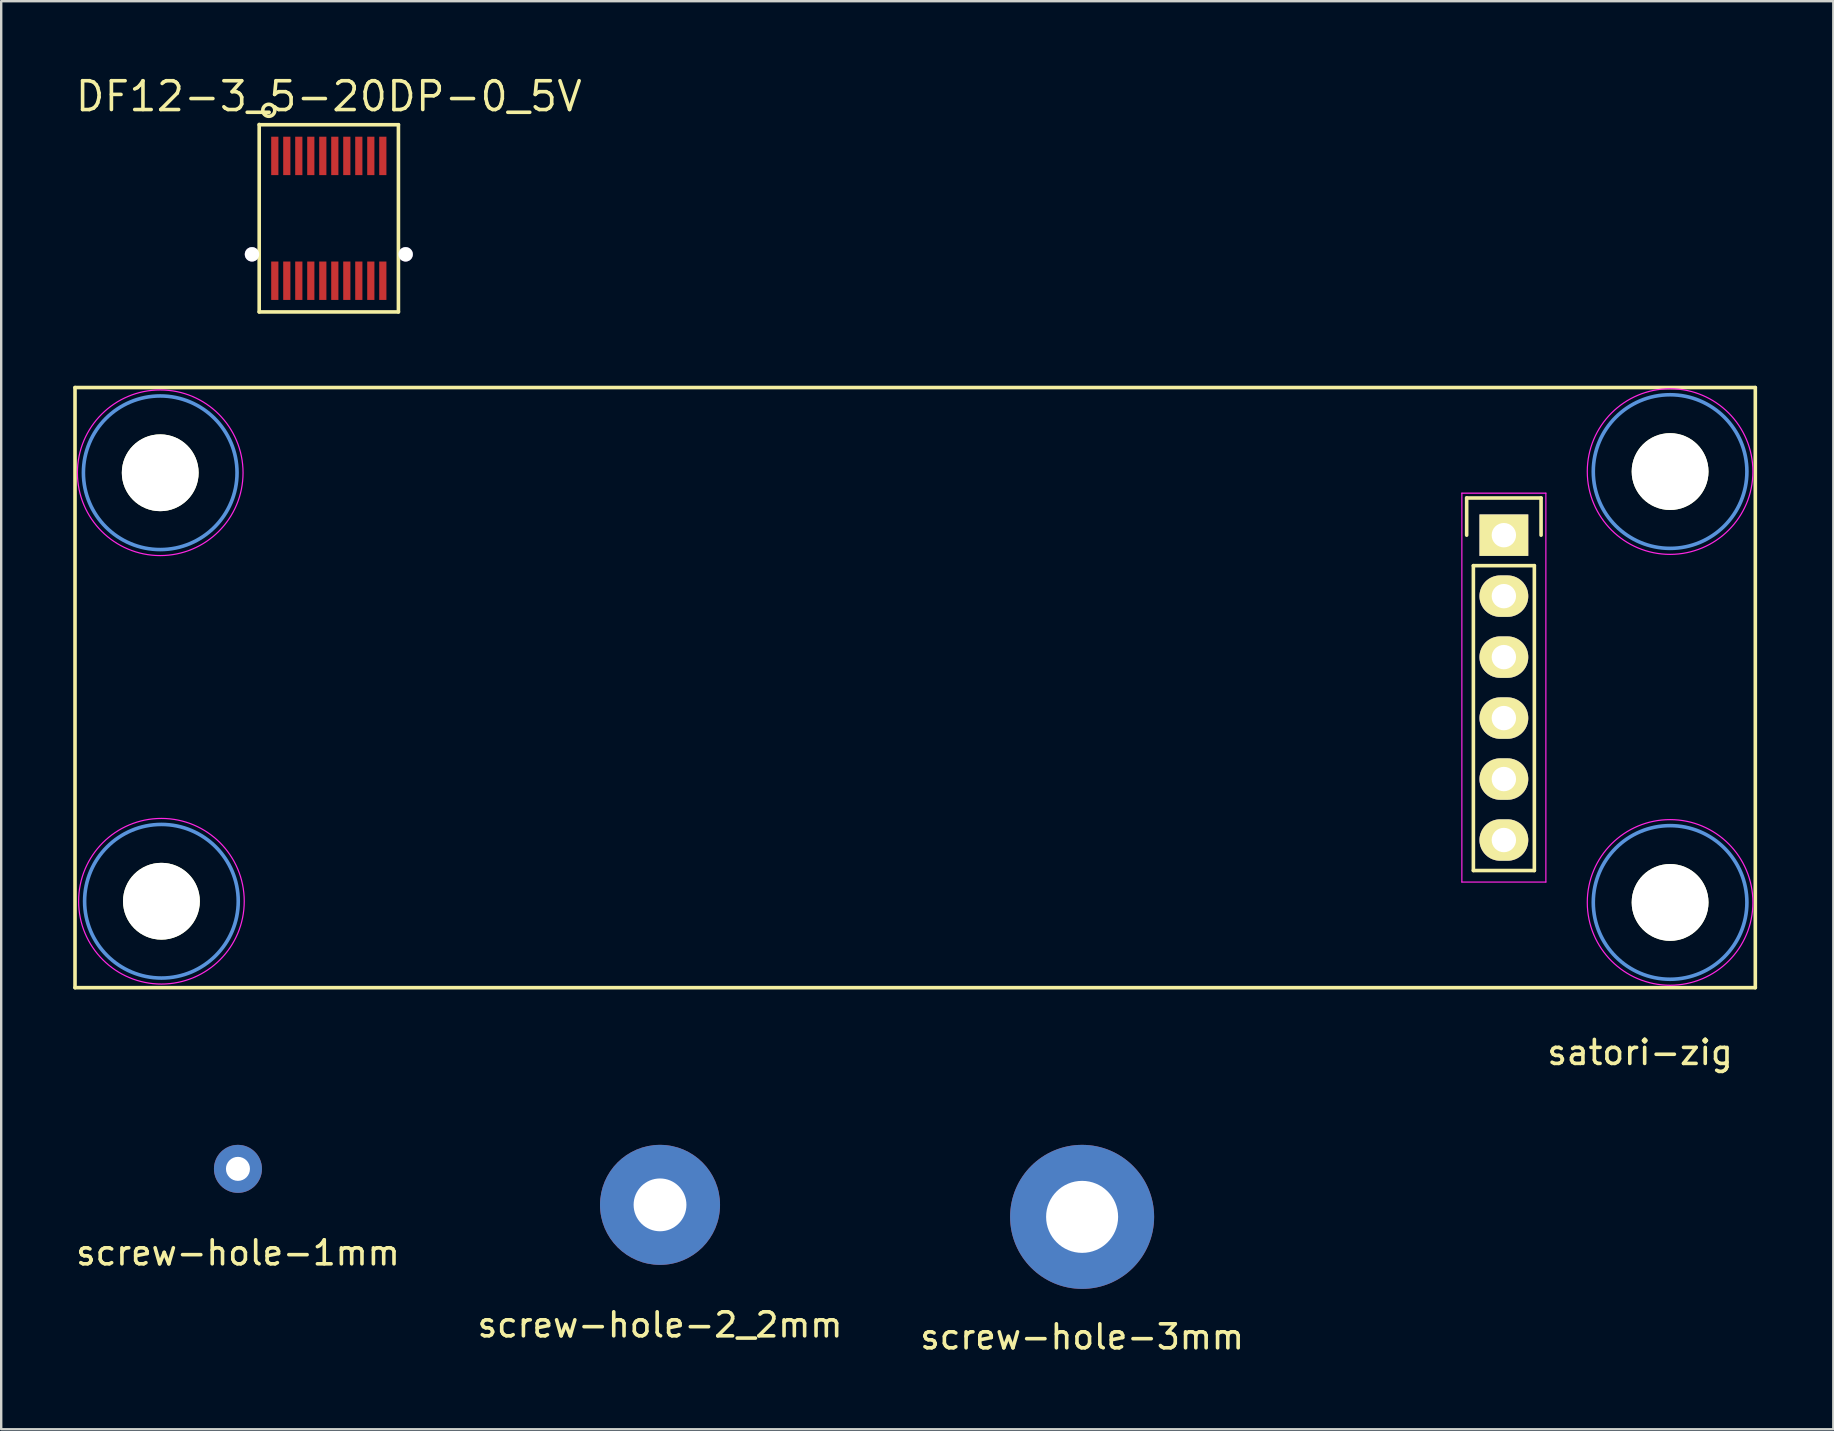
<source format=kicad_pcb>
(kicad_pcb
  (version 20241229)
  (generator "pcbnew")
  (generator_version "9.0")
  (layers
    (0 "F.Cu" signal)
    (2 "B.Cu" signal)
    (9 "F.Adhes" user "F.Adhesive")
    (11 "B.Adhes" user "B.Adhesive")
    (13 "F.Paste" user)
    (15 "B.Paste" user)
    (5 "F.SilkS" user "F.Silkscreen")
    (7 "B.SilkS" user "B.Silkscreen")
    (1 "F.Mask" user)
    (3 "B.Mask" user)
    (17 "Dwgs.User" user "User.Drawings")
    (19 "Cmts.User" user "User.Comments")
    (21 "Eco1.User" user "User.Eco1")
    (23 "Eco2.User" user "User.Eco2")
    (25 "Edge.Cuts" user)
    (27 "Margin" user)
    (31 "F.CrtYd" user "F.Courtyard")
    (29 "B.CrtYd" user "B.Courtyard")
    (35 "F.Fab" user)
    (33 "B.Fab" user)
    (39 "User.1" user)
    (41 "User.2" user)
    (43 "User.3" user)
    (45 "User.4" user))
  (footprint "screw-hole-3mm"
    (layer "F.Cu")
    (at 42.03 52.144)
    (property "Reference" "screw-hole-3mm" (at 0 0.5 0) (layer "F.SilkS") (effects (font (size 1 1) (thickness 0.15))))
    (attr through_hole)
    (pad "3" thru_hole circle (at 0 -4.5) (size 6 6) (drill 3) (layers "*.Cu" "*.Mask")))
  (footprint "screw-hole-1mm"
    (layer "F.Cu")
    (at 6.863 48.644)
    (property "Reference" "screw-hole-1mm" (at 0 0.5 0) (layer "F.SilkS") (effects (font (size 1 1) (thickness 0.15))))
    (attr through_hole)
    (pad "1" thru_hole circle (at 0 -3) (size 2 2) (drill 1) (layers "*.Cu" "*.Mask")))
  (footprint "DF12-3_5-20DP-0_5V"
    (layer "F.Cu")
    (at 10.648 6.045)
    (property "Reference" "DF12-3_5-20DP-0_5V" (at 0 -5.08 180) (layer "F.SilkS") (effects (font (size 1.2 1.2) (thickness 0.15))))
    (attr through_hole)
    (fp_line (start -2.9 -3.91) (end -2.9 3.9) (stroke (width 0.15) (type solid)) (layer "F.SilkS"))
    (fp_line (start -2.9 3.9) (end 2.9 3.9) (stroke (width 0.15) (type solid)) (layer "F.SilkS"))
    (fp_line (start 2.9 -3.9) (end -2.9 -3.9) (stroke (width 0.15) (type solid)) (layer "F.SilkS"))
    (fp_line (start 2.9 3.9) (end 2.9 -3.9) (stroke (width 0.15) (type solid)) (layer "F.SilkS"))
    (fp_circle (center -2.5 -4.5) (end -2.25 -4.5) (stroke (width 0.15) (type solid)) (fill no) (layer "F.SilkS"))
    (pad "1" smd rect (at -2.25 -2.6) (size 0.3 1.6) (layers "F.Cu" "F.Mask" "F.Paste"))
    (pad "2" smd rect (at -2.25 2.6) (size 0.3 1.6) (layers "F.Cu" "F.Mask" "F.Paste"))
    (pad "3" smd rect (at -1.75 -2.6) (size 0.3 1.6) (layers "F.Cu" "F.Mask" "F.Paste"))
    (pad "4" smd rect (at -1.75 2.6) (size 0.3 1.6) (layers "F.Cu" "F.Mask" "F.Paste"))
    (pad "5" smd rect (at -1.25 -2.6) (size 0.3 1.6) (layers "F.Cu" "F.Mask" "F.Paste"))
    (pad "6" smd rect (at -1.25 2.6) (size 0.3 1.6) (layers "F.Cu" "F.Mask" "F.Paste"))
    (pad "7" smd rect (at -0.75 -2.6) (size 0.3 1.6) (layers "F.Cu" "F.Mask" "F.Paste"))
    (pad "8" smd rect (at -0.75 2.6) (size 0.3 1.6) (layers "F.Cu" "F.Mask" "F.Paste"))
    (pad "9" smd rect (at -0.25 -2.6) (size 0.3 1.6) (layers "F.Cu" "F.Mask" "F.Paste"))
    (pad "10" smd rect (at -0.25 2.6) (size 0.3 1.6) (layers "F.Cu" "F.Mask" "F.Paste"))
    (pad "11" smd rect (at 0.25 -2.6) (size 0.3 1.6) (layers "F.Cu" "F.Mask" "F.Paste"))
    (pad "12" smd rect (at 0.25 2.6) (size 0.3 1.6) (layers "F.Cu" "F.Mask" "F.Paste"))
    (pad "13" smd rect (at 0.75 -2.6) (size 0.3 1.6) (layers "F.Cu" "F.Mask" "F.Paste"))
    (pad "14" smd rect (at 0.75 2.6) (size 0.3 1.6) (layers "F.Cu" "F.Mask" "F.Paste"))
    (pad "15" smd rect (at 1.25 -2.6) (size 0.3 1.6) (layers "F.Cu" "F.Mask" "F.Paste"))
    (pad "16" smd rect (at 1.25 2.6) (size 0.3 1.6) (layers "F.Cu" "F.Mask" "F.Paste"))
    (pad "17" smd rect (at 1.75 -2.6) (size 0.3 1.6) (layers "F.Cu" "F.Mask" "F.Paste"))
    (pad "18" smd rect (at 1.75 2.6) (size 0.3 1.6) (layers "F.Cu" "F.Mask" "F.Paste"))
    (pad "19" smd rect (at 2.25 -2.6) (size 0.3 1.6) (layers "F.Cu" "F.Mask" "F.Paste"))
    (pad "20" smd rect (at 2.25 2.6) (size 0.3 1.6) (layers "F.Cu" "F.Mask" "F.Paste"))
    (pad "21" thru_hole circle (at -3.2 1.5) (size 0.6 0.6) (drill 0.6) (layers "*.Cu" "*.Mask"))
    (pad "22" thru_hole circle (at 3.2 1.5) (size 0.6 0.6) (drill 0.6) (layers "*.Cu" "*.Mask")))
  (footprint "screw-hole-2_2mm"
    (layer "F.Cu")
    (at 24.446 51.644)
    (property "Reference" "screw-hole-2_2mm" (at 0 0.5 0) (layer "F.SilkS") (effects (font (size 1 1) (thickness 0.15))))
    (attr through_hole)
    (pad "2" thru_hole circle (at 0 -4.5) (size 5 5) (drill 2.2) (layers "*.Cu" "*.Mask")))
  (footprint "satori-zig"
    (layer "F.Cu")
    (at 70.075 25.595)
    (property "Reference" "satori-zig" (at -4.8 15.2 0) (layer "F.SilkS") (effects (font (size 1 1) (thickness 0.15))))
    (attr through_hole)
    (fp_line (start -70 -12.5) (end 0 -12.5) (stroke (width 0.15) (type solid)) (layer "F.SilkS"))
    (fp_line (start -70 12.5) (end -70 -12.5) (stroke (width 0.15) (type solid)) (layer "F.SilkS"))
    (fp_line (start -12.025 -7.9) (end -8.925 -7.9) (stroke (width 0.15) (type solid)) (layer "F.SilkS"))
    (fp_line (start -12.025 -6.35) (end -12.025 -7.9) (stroke (width 0.15) (type solid)) (layer "F.SilkS"))
    (fp_line (start -11.745 7.62) (end -11.745 -5.08) (stroke (width 0.15) (type solid)) (layer "F.SilkS"))
    (fp_line (start -9.205 -5.08) (end -11.745 -5.08) (stroke (width 0.15) (type solid)) (layer "F.SilkS"))
    (fp_line (start -9.205 -5.08) (end -9.205 7.62) (stroke (width 0.15) (type solid)) (layer "F.SilkS"))
    (fp_line (start -9.205 7.62) (end -11.745 7.62) (stroke (width 0.15) (type solid)) (layer "F.SilkS"))
    (fp_line (start -8.925 -7.9) (end -8.925 -6.35) (stroke (width 0.15) (type solid)) (layer "F.SilkS"))
    (fp_line (start 0 -12.5) (end 0 12.5) (stroke (width 0.15) (type solid)) (layer "F.SilkS"))
    (fp_line (start 0 12.5) (end -70 12.5) (stroke (width 0.15) (type solid)) (layer "F.SilkS"))
    (fp_circle (center -66.45 -8.95) (end -63.25 -8.95) (stroke (width 0.15) (type solid)) (fill no) (layer "Cmts.User"))
    (fp_circle (center -66.4 8.9) (end -63.2 8.9) (stroke (width 0.15) (type solid)) (fill no) (layer "Cmts.User"))
    (fp_circle (center -3.55 -9) (end -0.35 -9) (stroke (width 0.15) (type solid)) (fill no) (layer "Cmts.User"))
    (fp_circle (center -3.55 8.95) (end -0.35 8.95) (stroke (width 0.15) (type solid)) (fill no) (layer "Cmts.User"))
    (fp_line (start -12.225 -8.1) (end -12.225 8.1) (stroke (width 0.05) (type solid)) (layer "F.CrtYd"))
    (fp_line (start -12.225 -8.1) (end -8.725 -8.1) (stroke (width 0.05) (type solid)) (layer "F.CrtYd"))
    (fp_line (start -12.225 8.1) (end -8.725 8.1) (stroke (width 0.05) (type solid)) (layer "F.CrtYd"))
    (fp_line (start -8.725 -8.1) (end -8.725 8.1) (stroke (width 0.05) (type solid)) (layer "F.CrtYd"))
    (fp_circle (center -66.45 -8.95) (end -63 -8.95) (stroke (width 0.05) (type solid)) (fill no) (layer "F.CrtYd"))
    (fp_circle (center -66.4 8.9) (end -62.95 8.9) (stroke (width 0.05) (type solid)) (fill no) (layer "F.CrtYd"))
    (fp_circle (center -3.55 -9) (end -0.1 -9) (stroke (width 0.05) (type solid)) (fill no) (layer "F.CrtYd"))
    (fp_circle (center -3.55 8.95) (end -0.1 8.95) (stroke (width 0.05) (type solid)) (fill no) (layer "F.CrtYd"))
    (pad "" np_thru_hole circle (at -66.45 -8.95) (size 3.2 3.2) (drill 3.2) (layers "*.Cu" "*.Mask" "F.SilkS"))
    (pad "" np_thru_hole circle (at -66.4 8.9) (size 3.2 3.2) (drill 3.2) (layers "*.Cu" "*.Mask" "F.SilkS"))
    (pad "" np_thru_hole circle (at -3.55 -9) (size 3.2 3.2) (drill 3.2) (layers "*.Cu" "*.Mask" "F.SilkS"))
    (pad "" np_thru_hole circle (at -3.55 8.95) (size 3.2 3.2) (drill 3.2) (layers "*.Cu" "*.Mask" "F.SilkS"))
    (pad "1" thru_hole rect (at -10.475 -6.35) (size 2.032 1.727) (drill 1.016) (layers "*.Cu" "*.Mask" "F.SilkS"))
    (pad "2" thru_hole oval (at -10.475 -3.81) (size 2.032 1.727) (drill 1.016) (layers "*.Cu" "*.Mask" "F.SilkS"))
    (pad "3" thru_hole oval (at -10.475 -1.27) (size 2.032 1.727) (drill 1.016) (layers "*.Cu" "*.Mask" "F.SilkS"))
    (pad "4" thru_hole oval (at -10.475 1.27) (size 2.032 1.727) (drill 1.016) (layers "*.Cu" "*.Mask" "F.SilkS"))
    (pad "5" thru_hole oval (at -10.475 3.81) (size 2.032 1.727) (drill 1.016) (layers "*.Cu" "*.Mask" "F.SilkS"))
    (pad "6" thru_hole oval (at -10.475 6.35) (size 2.032 1.727) (drill 1.016) (layers "*.Cu" "*.Mask" "F.SilkS")))
  (gr_rect
    (start -3 -3)
    (end 73.325 56.492)
    (stroke (width 0.1) (type default))
    (fill no)
    (layer "Edge.Cuts")))
</source>
